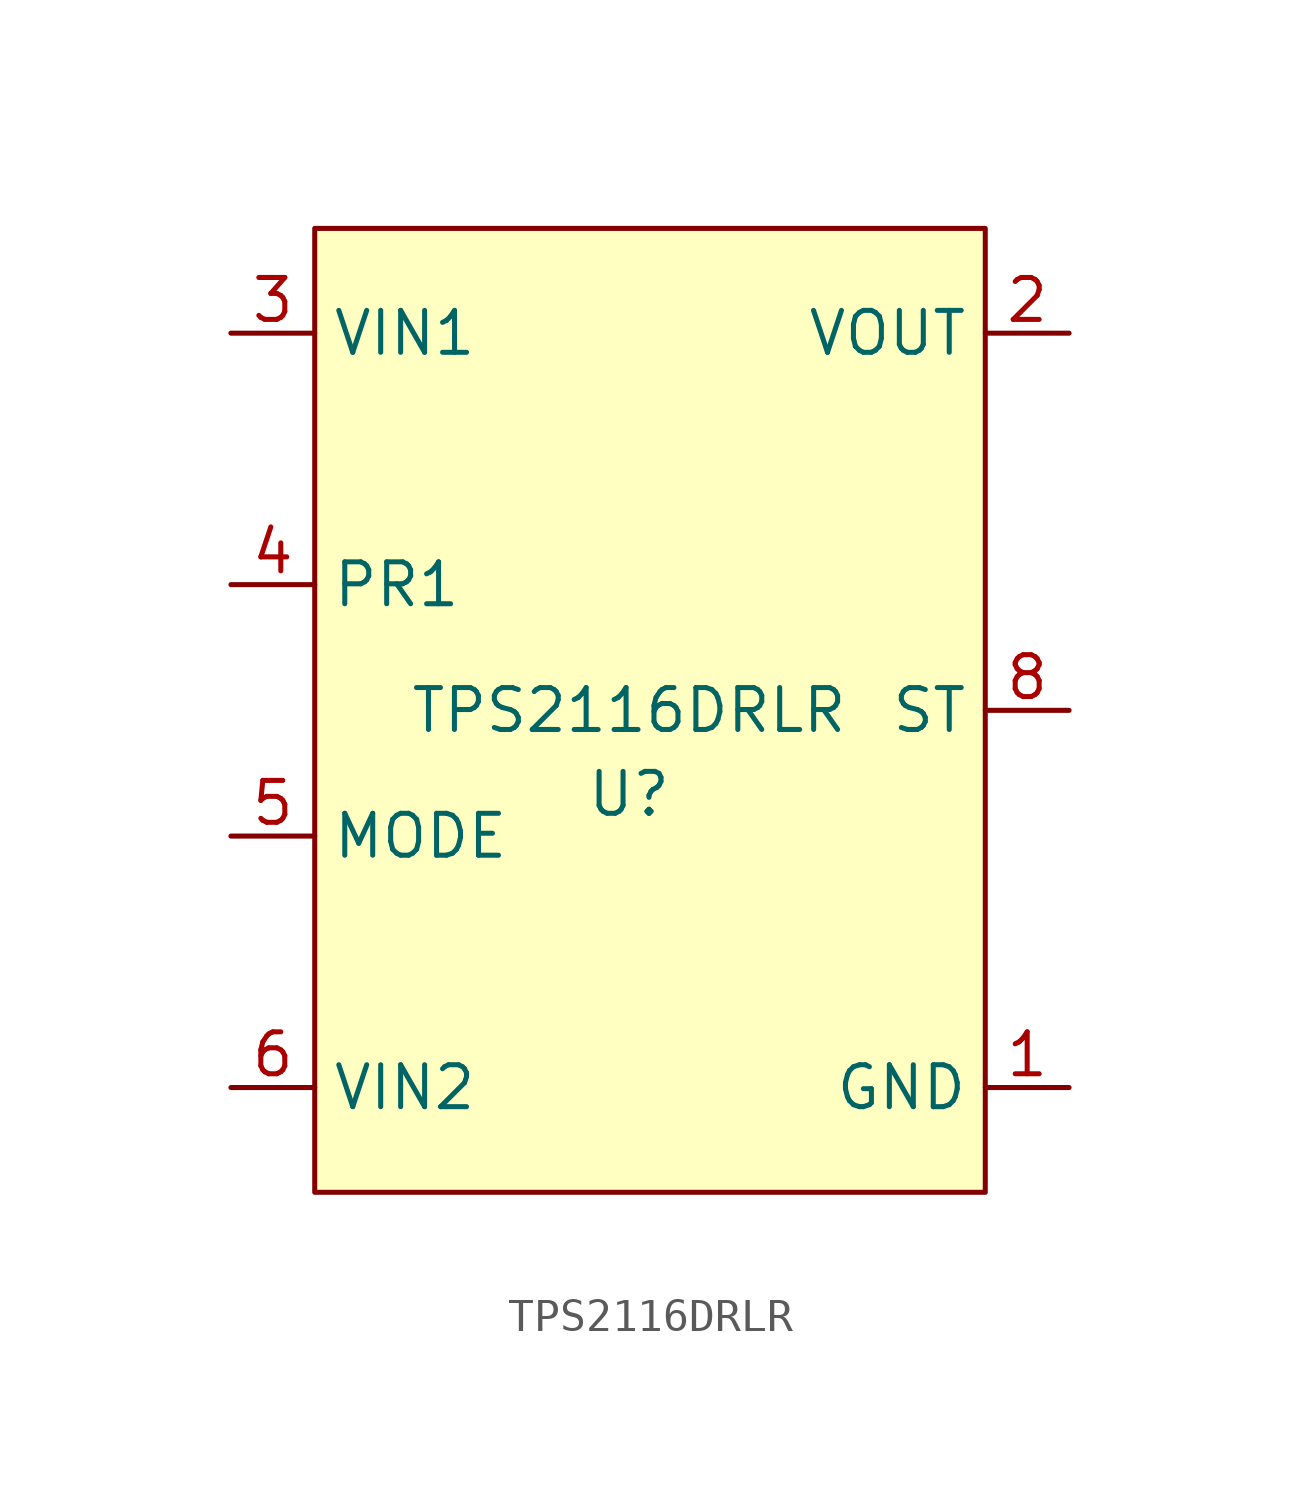
<source format=kicad_sym>
(kicad_symbol_lib
  (version 20211014)
  (generator kicad_symbol_editor)
  (symbol "TPS2116DRLR"
    (property "Reference" "U"
      (at 0 -2.54 0)
      (effects (font (size 1.27 1.27))))
    (property "Value" "TPS2116DRLR"
      (at 0 0 0)
      (effects (font (size 1.27 1.27))))
    (symbol "TPS2116DRLR_0_1"
      (rectangle (start -9.525 14.605) (end 10.795 -14.605) (stroke (width 0) (type default) (color 0 0 0 0)) (fill (type background))))
    (symbol "TPS2116DRLR_1_1"
      (pin power_in line (at 13.335 -11.43 180) (length 2.54) (name "GND" (effects (font (size 1.27 1.27)))) (number "1" (effects (font (size 1.27 1.27)))))
      (pin passive line (at 13.335 11.43 180) (length 2.54) (name "VOUT" (effects (font (size 1.27 1.27)))) (number "2" (effects (font (size 1.27 1.27)))))
      (pin power_in line (at -12.065 11.43 0) (length 2.54) (name "VIN1" (effects (font (size 1.27 1.27)))) (number "3" (effects (font (size 1.27 1.27)))))
      (pin input line (at -12.065 3.81 0) (length 2.54) (name "PR1" (effects (font (size 1.27 1.27)))) (number "4" (effects (font (size 1.27 1.27)))))
      (pin input line (at -12.065 -3.81 0) (length 2.54) (name "MODE" (effects (font (size 1.27 1.27)))) (number "5" (effects (font (size 1.27 1.27)))))
      (pin power_in line (at -12.065 -11.43 0) (length 2.54) (name "VIN2" (effects (font (size 1.27 1.27)))) (number "6" (effects (font (size 1.27 1.27)))))
      (pin passive line (at 13.335 11.43 180) (length 2.54) hide (name "VOUT" (effects (font (size 1.27 1.27)))) (number "7" (effects (font (size 1.27 1.27)))))
      (pin open_collector line (at 13.335 0 180) (length 2.54) (name "ST" (effects (font (size 1.27 1.27)))) (number "8" (effects (font (size 1.27 1.27))))))))
</source>
